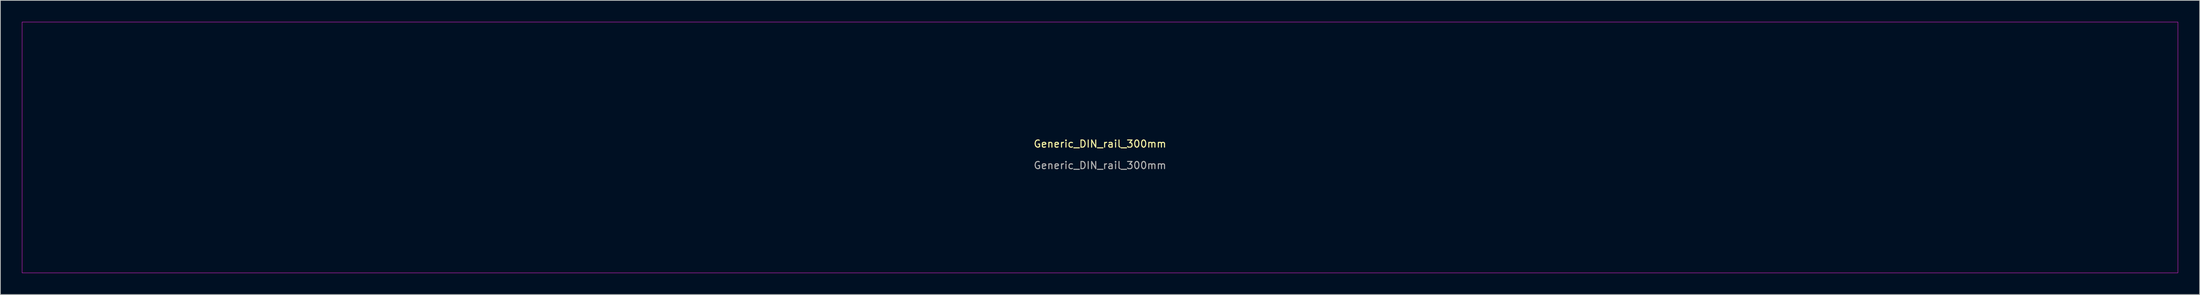
<source format=kicad_pcb>
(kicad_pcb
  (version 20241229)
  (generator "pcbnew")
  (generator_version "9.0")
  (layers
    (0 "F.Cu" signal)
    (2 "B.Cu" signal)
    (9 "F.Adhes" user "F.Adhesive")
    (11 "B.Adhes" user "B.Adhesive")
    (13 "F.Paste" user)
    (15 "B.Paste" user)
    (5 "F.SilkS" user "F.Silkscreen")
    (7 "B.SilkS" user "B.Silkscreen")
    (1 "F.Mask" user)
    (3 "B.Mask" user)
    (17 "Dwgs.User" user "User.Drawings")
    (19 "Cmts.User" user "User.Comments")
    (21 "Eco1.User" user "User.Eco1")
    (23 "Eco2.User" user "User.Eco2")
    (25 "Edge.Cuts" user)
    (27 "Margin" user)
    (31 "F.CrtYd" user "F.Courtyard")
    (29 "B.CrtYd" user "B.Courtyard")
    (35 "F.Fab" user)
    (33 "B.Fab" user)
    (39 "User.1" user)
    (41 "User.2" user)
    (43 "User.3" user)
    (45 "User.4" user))
  (footprint "Generic_DIN_rail_300mm"
    (layer "F.Cu")
    (at 150.025 17.525)
    (property "Reference" "Generic_DIN_rail_300mm" (at 0 -0.5 0) (unlocked yes) (layer "F.SilkS") (effects (font (size 1 1) (thickness 0.15))))
    (fp_rect (start -150 17.5) (end 150 -17.5) (stroke (width 0.05) (type solid)) (fill no) (layer "F.CrtYd"))
    (fp_line (start -150 -14.5) (end -150 -17.5) (stroke (width 0.05) (type solid)) (layer "User.1"))
    (fp_line (start -150 -14) (end -150 -14.5) (stroke (width 0.05) (type solid)) (layer "User.1"))
    (fp_line (start -150 -13.5) (end -150 -14) (stroke (width 0.05) (type solid)) (layer "User.1"))
    (fp_line (start -150 -13) (end -150 -13.5) (stroke (width 0.05) (type solid)) (layer "User.1"))
    (fp_line (start -150 -12.5) (end -150 -13) (stroke (width 0.05) (type solid)) (layer "User.1"))
    (fp_line (start -150 -12.5) (end -150 -12) (stroke (width 0.05) (type solid)) (layer "User.1"))
    (fp_line (start -150 -12) (end -150 -11.5) (stroke (width 0.05) (type solid)) (layer "User.1"))
    (fp_line (start -150 11.5) (end -150 -11.5) (stroke (width 0.05) (type solid)) (layer "User.1"))
    (fp_line (start -150 11.5) (end -150 12) (stroke (width 0.05) (type solid)) (layer "User.1"))
    (fp_line (start -150 12) (end -150 12.5) (stroke (width 0.05) (type solid)) (layer "User.1"))
    (fp_line (start -150 13) (end -150 12.5) (stroke (width 0.05) (type solid)) (layer "User.1"))
    (fp_line (start -150 13.5) (end -150 13) (stroke (width 0.05) (type solid)) (layer "User.1"))
    (fp_line (start -150 14) (end -150 13.5) (stroke (width 0.05) (type solid)) (layer "User.1"))
    (fp_line (start -150 14.5) (end -150 14) (stroke (width 0.05) (type solid)) (layer "User.1"))
    (fp_line (start -150 17.5) (end -150 14.5) (stroke (width 0.05) (type solid)) (layer "User.1"))
    (fp_line (start -141.9 3.1) (end -133.1 3.1) (stroke (width 0.05) (type solid)) (layer "User.1"))
    (fp_line (start -133.1 -3.1) (end -141.9 -3.1) (stroke (width 0.05) (type solid)) (layer "User.1"))
    (fp_line (start -116.9 3.1) (end -108.1 3.1) (stroke (width 0.05) (type solid)) (layer "User.1"))
    (fp_line (start -108.1 -3.1) (end -116.9 -3.1) (stroke (width 0.05) (type solid)) (layer "User.1"))
    (fp_line (start -91.9 3.1) (end -83.1 3.1) (stroke (width 0.05) (type solid)) (layer "User.1"))
    (fp_line (start -83.1 -3.1) (end -91.9 -3.1) (stroke (width 0.05) (type solid)) (layer "User.1"))
    (fp_line (start -66.9 3.1) (end -58.1 3.1) (stroke (width 0.05) (type solid)) (layer "User.1"))
    (fp_line (start -58.1 -3.1) (end -66.9 -3.1) (stroke (width 0.05) (type solid)) (layer "User.1"))
    (fp_line (start -41.9 3.1) (end -33.1 3.1) (stroke (width 0.05) (type solid)) (layer "User.1"))
    (fp_line (start -33.1 -3.1) (end -41.9 -3.1) (stroke (width 0.05) (type solid)) (layer "User.1"))
    (fp_line (start -16.9 3.1) (end -8.1 3.1) (stroke (width 0.05) (type solid)) (layer "User.1"))
    (fp_line (start -8.1 -3.1) (end -16.9 -3.1) (stroke (width 0.05) (type solid)) (layer "User.1"))
    (fp_line (start 8.1 3.1) (end 16.9 3.1) (stroke (width 0.05) (type solid)) (layer "User.1"))
    (fp_line (start 16.9 -3.1) (end 8.1 -3.1) (stroke (width 0.05) (type solid)) (layer "User.1"))
    (fp_line (start 33.1 3.1) (end 41.9 3.1) (stroke (width 0.05) (type solid)) (layer "User.1"))
    (fp_line (start 41.9 -3.1) (end 33.1 -3.1) (stroke (width 0.05) (type solid)) (layer "User.1"))
    (fp_line (start 58.1 3.1) (end 66.9 3.1) (stroke (width 0.05) (type solid)) (layer "User.1"))
    (fp_line (start 66.9 -3.1) (end 58.1 -3.1) (stroke (width 0.05) (type solid)) (layer "User.1"))
    (fp_line (start 83.1 3.1) (end 91.9 3.1) (stroke (width 0.05) (type solid)) (layer "User.1"))
    (fp_line (start 91.9 -3.1) (end 83.1 -3.1) (stroke (width 0.05) (type solid)) (layer "User.1"))
    (fp_line (start 108.1 3.1) (end 116.9 3.1) (stroke (width 0.05) (type solid)) (layer "User.1"))
    (fp_line (start 116.9 -3.1) (end 108.1 -3.1) (stroke (width 0.05) (type solid)) (layer "User.1"))
    (fp_line (start 133.1 3.1) (end 141.9 3.1) (stroke (width 0.05) (type solid)) (layer "User.1"))
    (fp_line (start 141.9 -3.1) (end 133.1 -3.1) (stroke (width 0.05) (type solid)) (layer "User.1"))
    (fp_line (start 150 -17.5) (end -150 -17.5) (stroke (width 0.05) (type solid)) (layer "User.1"))
    (fp_line (start 150 -14.5) (end -150 -14.5) (stroke (width 0.05) (type solid)) (layer "User.1"))
    (fp_line (start 150 -14.5) (end 150 -17.5) (stroke (width 0.05) (type solid)) (layer "User.1"))
    (fp_line (start 150 -14) (end 150 -14.5) (stroke (width 0.05) (type solid)) (layer "User.1"))
    (fp_line (start 150 -13.5) (end 150 -14) (stroke (width 0.05) (type solid)) (layer "User.1"))
    (fp_line (start 150 -13) (end 150 -13.5) (stroke (width 0.05) (type solid)) (layer "User.1"))
    (fp_line (start 150 -12.5) (end -150 -12.5) (stroke (width 0.05) (type solid)) (layer "User.1"))
    (fp_line (start 150 -12.5) (end 150 -13) (stroke (width 0.05) (type solid)) (layer "User.1"))
    (fp_line (start 150 -12.5) (end 150 -12) (stroke (width 0.05) (type solid)) (layer "User.1"))
    (fp_line (start 150 -12) (end 150 -11.5) (stroke (width 0.05) (type solid)) (layer "User.1"))
    (fp_line (start 150 -11.5) (end -150 -11.5) (stroke (width 0.05) (type solid)) (layer "User.1"))
    (fp_line (start 150 11.5) (end -150 11.5) (stroke (width 0.05) (type solid)) (layer "User.1"))
    (fp_line (start 150 11.5) (end 150 -11.5) (stroke (width 0.05) (type solid)) (layer "User.1"))
    (fp_line (start 150 11.5) (end 150 12) (stroke (width 0.05) (type solid)) (layer "User.1"))
    (fp_line (start 150 12) (end 150 12.5) (stroke (width 0.05) (type solid)) (layer "User.1"))
    (fp_line (start 150 12.5) (end -150 12.5) (stroke (width 0.05) (type solid)) (layer "User.1"))
    (fp_line (start 150 13) (end 150 12.5) (stroke (width 0.05) (type solid)) (layer "User.1"))
    (fp_line (start 150 13.5) (end 150 13) (stroke (width 0.05) (type solid)) (layer "User.1"))
    (fp_line (start 150 14) (end 150 13.5) (stroke (width 0.05) (type solid)) (layer "User.1"))
    (fp_line (start 150 14.5) (end -150 14.5) (stroke (width 0.05) (type solid)) (layer "User.1"))
    (fp_line (start 150 14.5) (end 150 14) (stroke (width 0.05) (type solid)) (layer "User.1"))
    (fp_line (start 150 17.5) (end -150 17.5) (stroke (width 0.05) (type solid)) (layer "User.1"))
    (fp_line (start 150 17.5) (end 150 14.5) (stroke (width 0.05) (type solid)) (layer "User.1"))
    (fp_arc (start -141.89995 3.0998) (mid -144.99995 -0.0002) (end -141.89995 -3.1002) (stroke (width 0.05) (type solid)) (layer "User.1"))
    (fp_arc (start -133.09995 -3.1002) (mid -129.99995 -0.0002) (end -133.09995 3.0998) (stroke (width 0.05) (type solid)) (layer "User.1"))
    (fp_arc (start -116.89995 3.0998) (mid -119.99995 -0.0002) (end -116.89995 -3.1002) (stroke (width 0.05) (type solid)) (layer "User.1"))
    (fp_arc (start -108.09995 -3.1002) (mid -104.99995 -0.0002) (end -108.09995 3.0998) (stroke (width 0.05) (type solid)) (layer "User.1"))
    (fp_arc (start -91.89995 3.0998) (mid -94.99995 -0.0002) (end -91.89995 -3.1002) (stroke (width 0.05) (type solid)) (layer "User.1"))
    (fp_arc (start -83.09995 -3.1002) (mid -79.99995 -0.0002) (end -83.09995 3.0998) (stroke (width 0.05) (type solid)) (layer "User.1"))
    (fp_arc (start -66.89995 3.0998) (mid -69.99995 -0.0002) (end -66.89995 -3.1002) (stroke (width 0.05) (type solid)) (layer "User.1"))
    (fp_arc (start -58.09995 -3.1002) (mid -54.99995 -0.0002) (end -58.09995 3.0998) (stroke (width 0.05) (type solid)) (layer "User.1"))
    (fp_arc (start -41.90005 3.0998) (mid -45.00005 -0.0002) (end -41.90005 -3.1002) (stroke (width 0.05) (type solid)) (layer "User.1"))
    (fp_arc (start -33.10005 -3.1002) (mid -30.00005 -0.0002) (end -33.10005 3.0998) (stroke (width 0.05) (type solid)) (layer "User.1"))
    (fp_arc (start -16.90005 3.0998) (mid -20.00005 -0.0002) (end -16.90005 -3.1002) (stroke (width 0.05) (type solid)) (layer "User.1"))
    (fp_arc (start -8.10005 -3.1002) (mid -5.00005 -0.0002) (end -8.10005 3.0998) (stroke (width 0.05) (type solid)) (layer "User.1"))
    (fp_arc (start 8.09995 3.0998) (mid 4.99995 -0.0002) (end 8.09995 -3.1002) (stroke (width 0.05) (type solid)) (layer "User.1"))
    (fp_arc (start 16.89995 -3.1002) (mid 19.99995 -0.0002) (end 16.89995 3.0998) (stroke (width 0.05) (type solid)) (layer "User.1"))
    (fp_arc (start 33.09995 3.0998) (mid 29.99995 -0.0002) (end 33.09995 -3.1002) (stroke (width 0.05) (type solid)) (layer "User.1"))
    (fp_arc (start 41.89995 -3.1002) (mid 44.99995 -0.0002) (end 41.89995 3.0998) (stroke (width 0.05) (type solid)) (layer "User.1"))
    (fp_arc (start 58.09995 3.0998) (mid 54.99995 -0.0002) (end 58.09995 -3.1002) (stroke (width 0.05) (type solid)) (layer "User.1"))
    (fp_arc (start 66.89995 -3.1002) (mid 69.99995 -0.0002) (end 66.89995 3.0998) (stroke (width 0.05) (type solid)) (layer "User.1"))
    (fp_arc (start 83.09995 3.0998) (mid 79.99995 -0.0002) (end 83.09995 -3.1002) (stroke (width 0.05) (type solid)) (layer "User.1"))
    (fp_arc (start 91.89995 -3.1002) (mid 94.99995 -0.0002) (end 91.89995 3.0998) (stroke (width 0.05) (type solid)) (layer "User.1"))
    (fp_arc (start 108.09995 3.0998) (mid 104.99995 -0.0002) (end 108.09995 -3.1002) (stroke (width 0.05) (type solid)) (layer "User.1"))
    (fp_arc (start 116.89995 -3.1002) (mid 119.99995 -0.0002) (end 116.89995 3.0998) (stroke (width 0.05) (type solid)) (layer "User.1"))
    (fp_arc (start 133.09995 3.0998) (mid 129.99995 -0.0002) (end 133.09995 -3.1002) (stroke (width 0.05) (type solid)) (layer "User.1"))
    (fp_arc (start 141.89995 -3.1002) (mid 144.99995 -0.0002) (end 141.89995 3.0998) (stroke (width 0.05) (type solid)) (layer "User.1"))
    (fp_text user "${REFERENCE}" (at 0 2.5 0) (unlocked yes) (layer "F.Fab") (effects (font (size 1 1) (thickness 0.15)))))
  (gr_rect
    (start -3 -3)
    (end 303.05 38.05)
    (stroke (width 0.1) (type default))
    (fill no)
    (layer "Edge.Cuts")))
</source>
